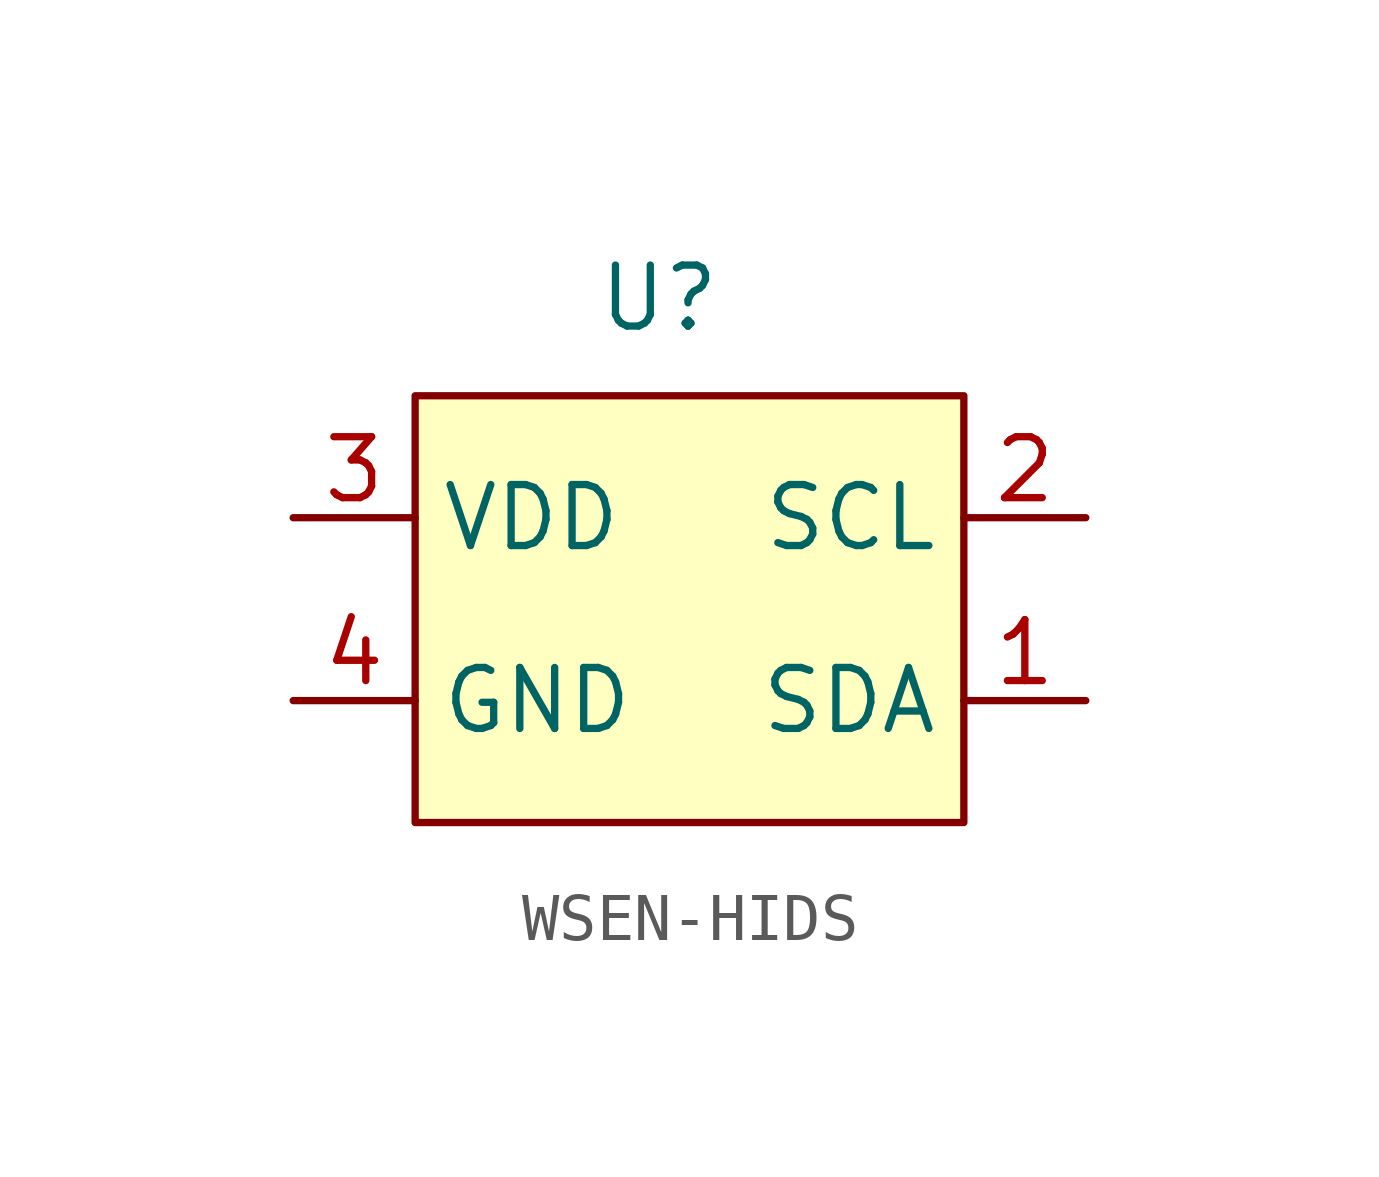
<source format=kicad_sym>
(kicad_symbol_lib
  (version 20241209)
  (generator "kicad_symbol_editor")
  (generator_version "9.0")
  (symbol "WSEN-HIDS"
    (property "Reference" "U"
      (at 0 2.032 0)
      (effects (font (size 1.27 1.27))))
    (property "Value" ""
      (at 0 0 0)
      (effects (font (size 1.27 1.27))))
    (symbol "WSEN-HIDS_1_1"
      (rectangle (start -5.08 0) (end 6.35 -8.89) (stroke (width 0) (type solid)) (fill (type background)))
      (pin power_in line (at -7.62 -2.54 0) (length 2.54) (name "VDD" (effects (font (size 1.27 1.27)))) (number "3" (effects (font (size 1.27 1.27)))))
      (pin power_in line (at -7.62 -6.35 0) (length 2.54) (name "GND" (effects (font (size 1.27 1.27)))) (number "4" (effects (font (size 1.27 1.27)))))
      (pin input line (at 8.89 -2.54 180) (length 2.54) (name "SCL" (effects (font (size 1.27 1.27)))) (number "2" (effects (font (size 1.27 1.27)))))
      (pin output line (at 8.89 -6.35 180) (length 2.54) (name "SDA" (effects (font (size 1.27 1.27)))) (number "1" (effects (font (size 1.27 1.27))))))))
</source>
